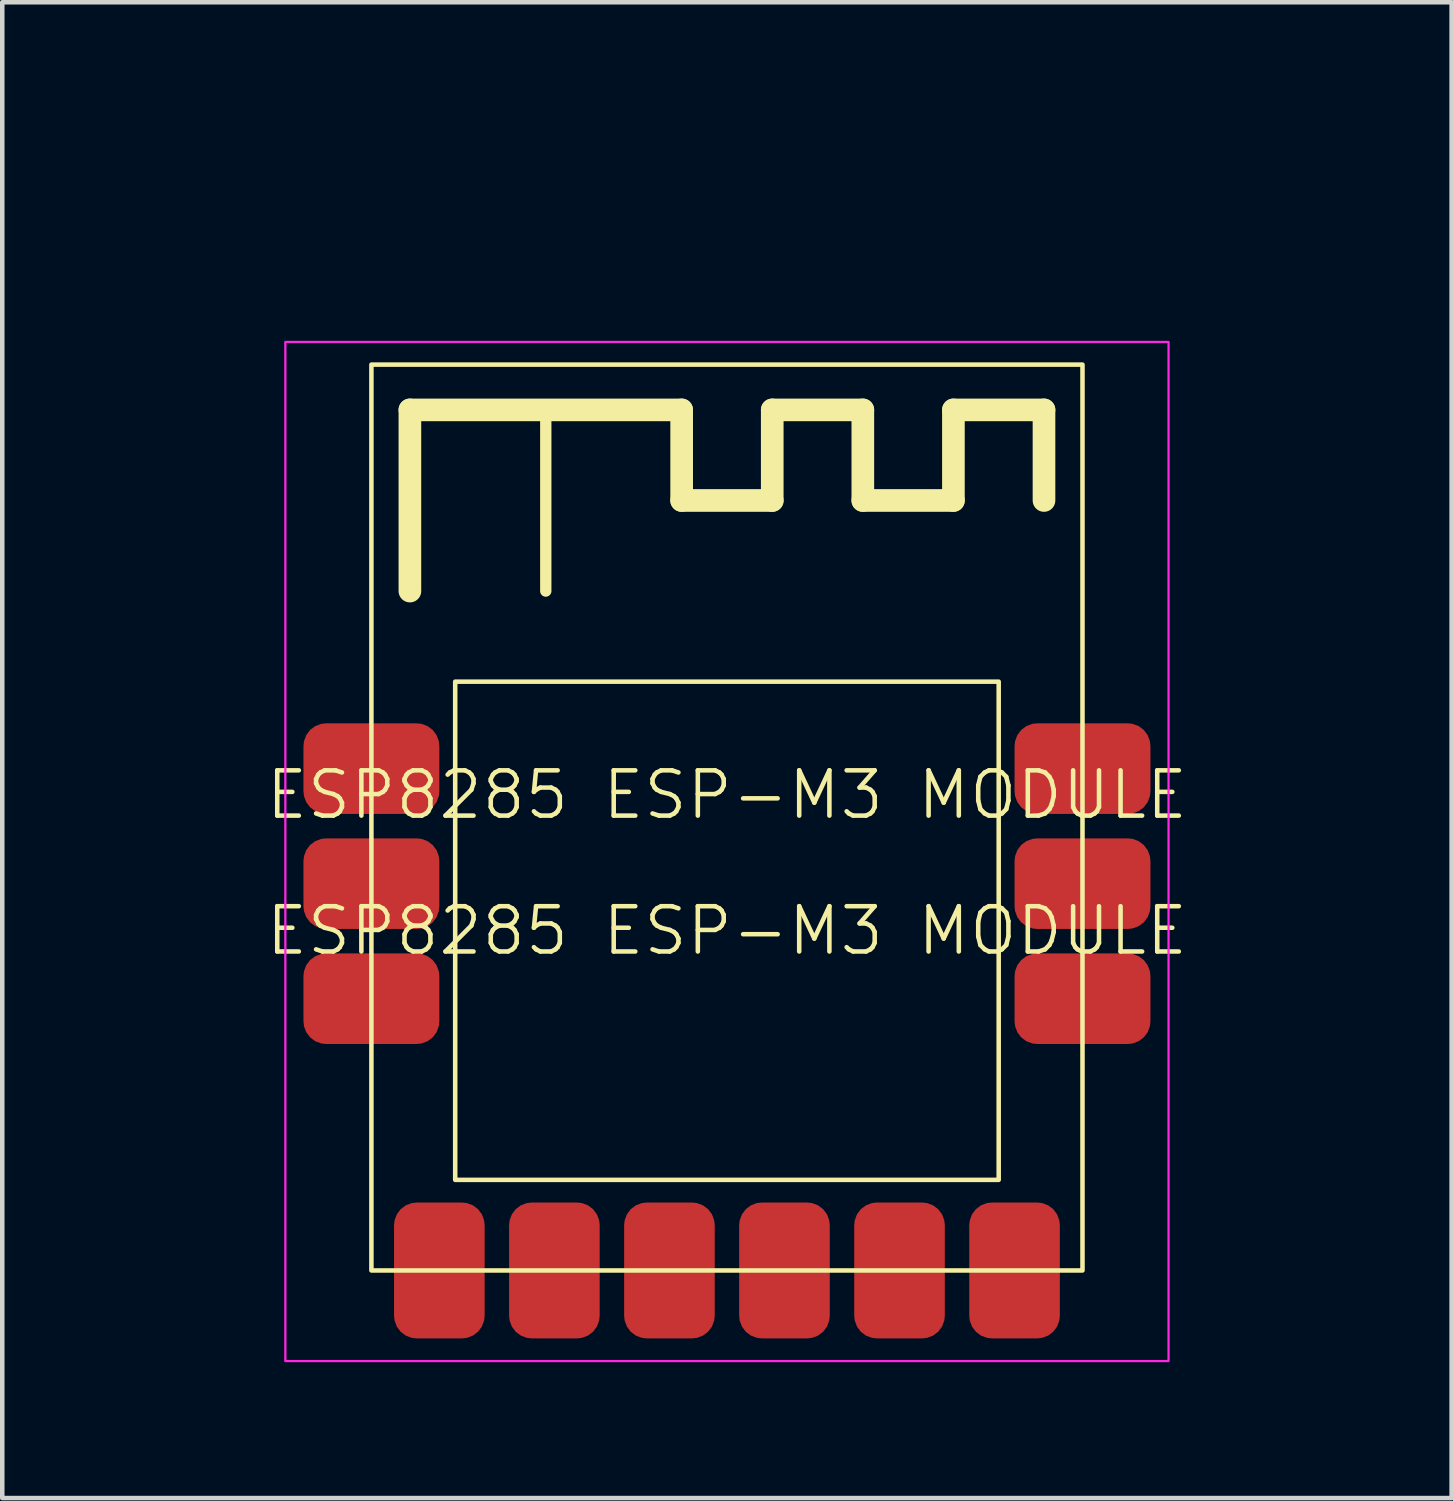
<source format=kicad_pcb>
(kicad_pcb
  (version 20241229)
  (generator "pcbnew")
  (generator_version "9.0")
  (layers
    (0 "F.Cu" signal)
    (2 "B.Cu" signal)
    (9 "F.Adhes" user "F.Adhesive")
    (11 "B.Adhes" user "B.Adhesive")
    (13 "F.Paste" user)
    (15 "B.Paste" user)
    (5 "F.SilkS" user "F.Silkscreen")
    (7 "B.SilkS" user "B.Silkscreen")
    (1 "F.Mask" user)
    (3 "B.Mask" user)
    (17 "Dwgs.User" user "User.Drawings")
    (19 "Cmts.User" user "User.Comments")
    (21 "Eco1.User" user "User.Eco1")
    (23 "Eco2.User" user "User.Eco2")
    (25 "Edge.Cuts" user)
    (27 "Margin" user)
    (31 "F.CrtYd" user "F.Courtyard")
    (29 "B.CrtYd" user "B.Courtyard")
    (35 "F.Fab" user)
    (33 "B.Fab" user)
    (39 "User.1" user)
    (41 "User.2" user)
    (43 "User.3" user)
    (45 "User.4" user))
  (footprint "ESP8285 ESP-M3 MODULE"
    (layer "F.Cu")
    (at 13 15)
    (property "Reference" "ESP8285 ESP-M3 MODULE" (at 0 -0.5 0) (unlocked yes) (layer "F.SilkS") (effects (font (size 1 1) (thickness 0.1))))
    (attr smd)
    (fp_line (start -7 -9) (end -1 -9) (stroke (width 0.5) (type solid)) (layer "F.SilkS"))
    (fp_line (start -7 -5) (end -7 -9) (stroke (width 0.5) (type solid)) (layer "F.SilkS"))
    (fp_line (start -4 -9) (end -4 -5) (stroke (width 0.25) (type solid)) (layer "F.SilkS"))
    (fp_line (start -1 -9) (end -1 -7) (stroke (width 0.5) (type solid)) (layer "F.SilkS"))
    (fp_line (start -1 -7) (end 1 -7) (stroke (width 0.5) (type solid)) (layer "F.SilkS"))
    (fp_line (start 1 -9) (end 3 -9) (stroke (width 0.5) (type solid)) (layer "F.SilkS"))
    (fp_line (start 1 -7) (end 1 -9) (stroke (width 0.5) (type solid)) (layer "F.SilkS"))
    (fp_line (start 3 -9) (end 3 -7) (stroke (width 0.5) (type solid)) (layer "F.SilkS"))
    (fp_line (start 3 -7) (end 5 -7) (stroke (width 0.5) (type solid)) (layer "F.SilkS"))
    (fp_line (start 5 -9) (end 7 -9) (stroke (width 0.5) (type solid)) (layer "F.SilkS"))
    (fp_line (start 5 -7) (end 5 -9) (stroke (width 0.5) (type solid)) (layer "F.SilkS"))
    (fp_line (start 7 -9) (end 7 -7) (stroke (width 0.5) (type solid)) (layer "F.SilkS"))
    (fp_rect (start -7.85 -10) (end 7.85 10) (stroke (width 0.1) (type solid)) (fill no) (layer "F.SilkS"))
    (fp_rect (start -6 -3) (end 6 8) (stroke (width 0.1) (type default)) (fill no) (layer "F.SilkS"))
    (fp_rect (start -9.75 -10.5) (end 9.75 12) (stroke (width 0.05) (type solid)) (fill no) (layer "F.CrtYd"))
    (fp_text user "${REFERENCE}" (at 0 2.5 0) (unlocked yes) (layer "F.SilkS") (effects (font (size 1 1) (thickness 0.1))))
    (pad "1" smd roundrect (at -6.35 10 90) (size 3 2) (layers "F.Cu" "F.Mask" "F.Paste") (roundrect_rratio 0.25))
    (pad "2" smd roundrect (at -3.81 10 90) (size 3 2) (layers "F.Cu" "F.Mask" "F.Paste") (roundrect_rratio 0.25))
    (pad "3" smd roundrect (at -1.27 10 90) (size 3 2) (layers "F.Cu" "F.Mask" "F.Paste") (roundrect_rratio 0.25))
    (pad "4" smd roundrect (at 1.27 10 90) (size 3 2) (layers "F.Cu" "F.Mask" "F.Paste") (roundrect_rratio 0.25))
    (pad "5" smd roundrect (at 3.81 10 90) (size 3 2) (layers "F.Cu" "F.Mask" "F.Paste") (roundrect_rratio 0.25))
    (pad "6" smd roundrect (at 6.35 10 90) (size 3 2) (layers "F.Cu" "F.Mask" "F.Paste") (roundrect_rratio 0.25))
    (pad "7" smd roundrect (at 7.85 4 180) (size 3 2) (layers "F.Cu" "F.Mask" "F.Paste") (roundrect_rratio 0.25))
    (pad "8" smd roundrect (at 7.85 1.46 180) (size 3 2) (layers "F.Cu" "F.Mask" "F.Paste") (roundrect_rratio 0.25))
    (pad "9" smd roundrect (at 7.85 -1.08 180) (size 3 2) (layers "F.Cu" "F.Mask" "F.Paste") (roundrect_rratio 0.25))
    (pad "10" smd roundrect (at -7.85 -1.08 180) (size 3 2) (layers "F.Cu" "F.Mask" "F.Paste") (roundrect_rratio 0.25))
    (pad "11" smd roundrect (at -7.85 1.46 180) (size 3 2) (layers "F.Cu" "F.Mask" "F.Paste") (roundrect_rratio 0.25))
    (pad "12" smd roundrect (at -7.85 4 180) (size 3 2) (layers "F.Cu" "F.Mask" "F.Paste") (roundrect_rratio 0.25))
    (zone (net_name "") (layers "F.Cu" "B.Cu") (hatch full 0.5) (connect_pads) (min_thickness 0.25) (filled_areas_thickness no) (keepout (tracks not_allowed) (vias not_allowed) (pads not_allowed) (copperpour not_allowed) (footprints not_allowed)) (placement (enabled no)) (fill) (polygon (pts (xy 0 11) (xy 26 11) (xy 26 0) (xy 0 0)))))
  (gr_rect
    (start -3 -3)
    (end 29 30.025)
    (stroke (width 0.1) (type default))
    (fill no)
    (layer "Edge.Cuts")))
</source>
